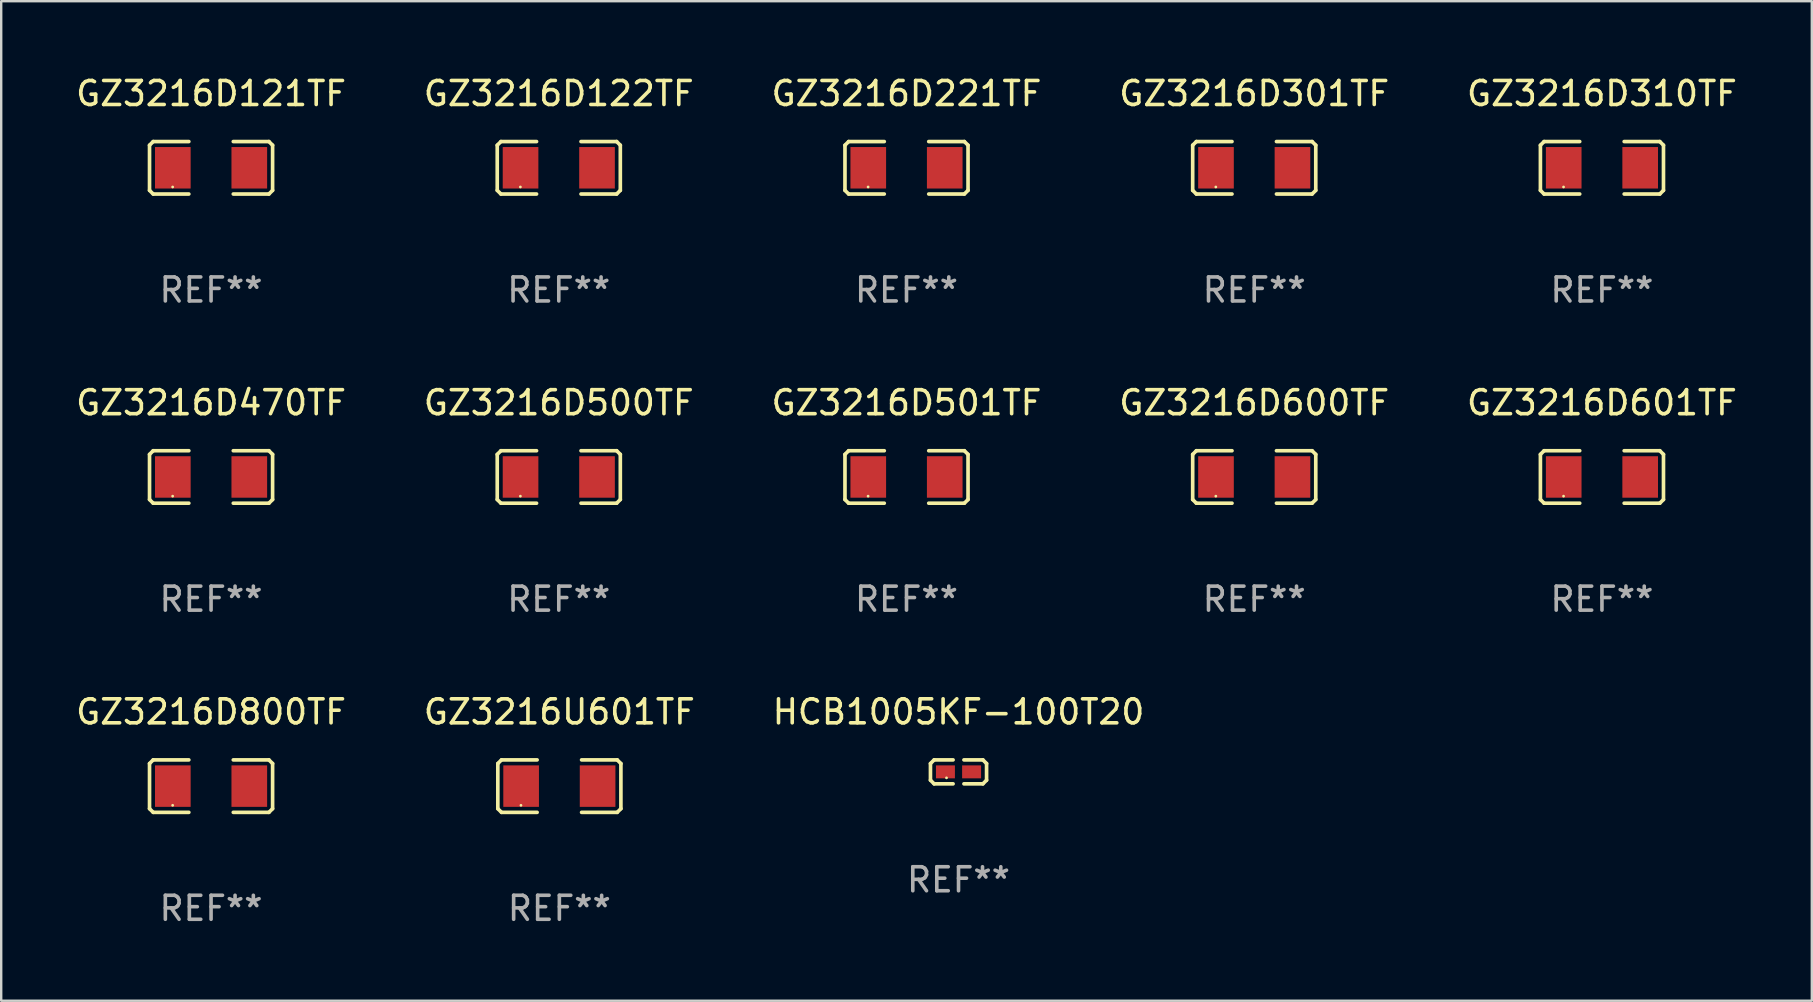
<source format=kicad_pcb>
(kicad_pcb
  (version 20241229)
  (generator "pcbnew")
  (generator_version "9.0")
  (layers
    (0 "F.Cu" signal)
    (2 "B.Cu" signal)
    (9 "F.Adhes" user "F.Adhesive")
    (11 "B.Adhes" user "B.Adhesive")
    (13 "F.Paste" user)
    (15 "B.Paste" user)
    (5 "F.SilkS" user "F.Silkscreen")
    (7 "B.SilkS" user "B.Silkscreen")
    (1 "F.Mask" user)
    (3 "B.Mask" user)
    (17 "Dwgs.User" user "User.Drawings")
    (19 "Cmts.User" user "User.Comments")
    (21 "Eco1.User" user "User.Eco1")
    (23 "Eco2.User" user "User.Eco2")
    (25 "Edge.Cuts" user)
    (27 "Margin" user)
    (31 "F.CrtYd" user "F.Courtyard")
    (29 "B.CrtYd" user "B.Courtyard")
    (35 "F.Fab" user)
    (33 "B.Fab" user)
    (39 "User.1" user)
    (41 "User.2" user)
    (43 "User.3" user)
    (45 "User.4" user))
  (footprint "GZ3216D500TF"
    (layer "F.Cu")
    (at 20.232 16.823)
    (property "Reference" "GZ3216D500TF" (at 0 -3.093 0) (layer "F.SilkS") (effects (font (size 1 1) (thickness 0.15))))
    (attr through_hole)
    (fp_line (start -2.564 -0.94) (end -2.411 -1.093) (stroke (width 0.152) (type solid)) (layer "F.SilkS"))
    (fp_line (start -2.564 0.94) (end -2.564 -0.94) (stroke (width 0.152) (type solid)) (layer "F.SilkS"))
    (fp_line (start -2.411 -1.093) (end -0.926 -1.093) (stroke (width 0.152) (type solid)) (layer "F.SilkS"))
    (fp_line (start -2.411 1.093) (end -2.564 0.94) (stroke (width 0.152) (type solid)) (layer "F.SilkS"))
    (fp_line (start -0.926 1.093) (end -2.411 1.093) (stroke (width 0.152) (type solid)) (layer "F.SilkS"))
    (fp_line (start 0.926 1.093) (end 2.411 1.093) (stroke (width 0.152) (type solid)) (layer "F.SilkS"))
    (fp_line (start 2.411 -1.093) (end 0.926 -1.093) (stroke (width 0.152) (type solid)) (layer "F.SilkS"))
    (fp_line (start 2.411 1.093) (end 2.564 0.94) (stroke (width 0.152) (type solid)) (layer "F.SilkS"))
    (fp_line (start 2.564 -0.94) (end 2.411 -1.093) (stroke (width 0.152) (type solid)) (layer "F.SilkS"))
    (fp_line (start 2.564 0.94) (end 2.564 -0.94) (stroke (width 0.152) (type solid)) (layer "F.SilkS"))
    (fp_circle (center -1.6 0.8) (end -1.57 0.8) (stroke (width 0.06) (type solid)) (fill no) (layer "F.SilkS"))
    (fp_text user "REF**" (at 0 5.093 0) (layer "F.Fab") (effects (font (size 1 1) (thickness 0.15))))
    (pad "1" smd rect (at -1.593 0) (size 1.485 1.728) (layers "F.Cu" "F.Mask" "F.Paste"))
    (pad "2" smd rect (at 1.593 0) (size 1.485 1.728) (layers "F.Cu" "F.Mask" "F.Paste")))
  (footprint "GZ3216D301TF"
    (layer "F.Cu")
    (at 49.208 3.941)
    (property "Reference" "GZ3216D301TF" (at 0 -3.093 0) (layer "F.SilkS") (effects (font (size 1 1) (thickness 0.15))))
    (attr through_hole)
    (fp_line (start -2.564 -0.94) (end -2.411 -1.093) (stroke (width 0.152) (type solid)) (layer "F.SilkS"))
    (fp_line (start -2.564 0.94) (end -2.564 -0.94) (stroke (width 0.152) (type solid)) (layer "F.SilkS"))
    (fp_line (start -2.411 -1.093) (end -0.926 -1.093) (stroke (width 0.152) (type solid)) (layer "F.SilkS"))
    (fp_line (start -2.411 1.093) (end -2.564 0.94) (stroke (width 0.152) (type solid)) (layer "F.SilkS"))
    (fp_line (start -0.926 1.093) (end -2.411 1.093) (stroke (width 0.152) (type solid)) (layer "F.SilkS"))
    (fp_line (start 0.926 1.093) (end 2.411 1.093) (stroke (width 0.152) (type solid)) (layer "F.SilkS"))
    (fp_line (start 2.411 -1.093) (end 0.926 -1.093) (stroke (width 0.152) (type solid)) (layer "F.SilkS"))
    (fp_line (start 2.411 1.093) (end 2.564 0.94) (stroke (width 0.152) (type solid)) (layer "F.SilkS"))
    (fp_line (start 2.564 -0.94) (end 2.411 -1.093) (stroke (width 0.152) (type solid)) (layer "F.SilkS"))
    (fp_line (start 2.564 0.94) (end 2.564 -0.94) (stroke (width 0.152) (type solid)) (layer "F.SilkS"))
    (fp_circle (center -1.6 0.8) (end -1.57 0.8) (stroke (width 0.06) (type solid)) (fill no) (layer "F.SilkS"))
    (fp_text user "REF**" (at 0 5.093 0) (layer "F.Fab") (effects (font (size 1 1) (thickness 0.15))))
    (pad "1" smd rect (at -1.593 0) (size 1.485 1.728) (layers "F.Cu" "F.Mask" "F.Paste"))
    (pad "2" smd rect (at 1.593 0) (size 1.485 1.728) (layers "F.Cu" "F.Mask" "F.Paste")))
  (footprint "GZ3216D122TF"
    (layer "F.Cu")
    (at 20.232 3.941)
    (property "Reference" "GZ3216D122TF" (at 0 -3.093 0) (layer "F.SilkS") (effects (font (size 1 1) (thickness 0.15))))
    (attr through_hole)
    (fp_line (start -2.564 -0.94) (end -2.411 -1.093) (stroke (width 0.152) (type solid)) (layer "F.SilkS"))
    (fp_line (start -2.564 0.94) (end -2.564 -0.94) (stroke (width 0.152) (type solid)) (layer "F.SilkS"))
    (fp_line (start -2.411 -1.093) (end -0.926 -1.093) (stroke (width 0.152) (type solid)) (layer "F.SilkS"))
    (fp_line (start -2.411 1.093) (end -2.564 0.94) (stroke (width 0.152) (type solid)) (layer "F.SilkS"))
    (fp_line (start -0.926 1.093) (end -2.411 1.093) (stroke (width 0.152) (type solid)) (layer "F.SilkS"))
    (fp_line (start 0.926 1.093) (end 2.411 1.093) (stroke (width 0.152) (type solid)) (layer "F.SilkS"))
    (fp_line (start 2.411 -1.093) (end 0.926 -1.093) (stroke (width 0.152) (type solid)) (layer "F.SilkS"))
    (fp_line (start 2.411 1.093) (end 2.564 0.94) (stroke (width 0.152) (type solid)) (layer "F.SilkS"))
    (fp_line (start 2.564 -0.94) (end 2.411 -1.093) (stroke (width 0.152) (type solid)) (layer "F.SilkS"))
    (fp_line (start 2.564 0.94) (end 2.564 -0.94) (stroke (width 0.152) (type solid)) (layer "F.SilkS"))
    (fp_circle (center -1.6 0.8) (end -1.57 0.8) (stroke (width 0.06) (type solid)) (fill no) (layer "F.SilkS"))
    (fp_text user "REF**" (at 0 5.093 0) (layer "F.Fab") (effects (font (size 1 1) (thickness 0.15))))
    (pad "1" smd rect (at -1.593 0) (size 1.485 1.728) (layers "F.Cu" "F.Mask" "F.Paste"))
    (pad "2" smd rect (at 1.593 0) (size 1.485 1.728) (layers "F.Cu" "F.Mask" "F.Paste")))
  (footprint "GZ3216D221TF"
    (layer "F.Cu")
    (at 34.72 3.941)
    (property "Reference" "GZ3216D221TF" (at 0 -3.093 0) (layer "F.SilkS") (effects (font (size 1 1) (thickness 0.15))))
    (attr through_hole)
    (fp_line (start -2.564 -0.94) (end -2.411 -1.093) (stroke (width 0.152) (type solid)) (layer "F.SilkS"))
    (fp_line (start -2.564 0.94) (end -2.564 -0.94) (stroke (width 0.152) (type solid)) (layer "F.SilkS"))
    (fp_line (start -2.411 -1.093) (end -0.926 -1.093) (stroke (width 0.152) (type solid)) (layer "F.SilkS"))
    (fp_line (start -2.411 1.093) (end -2.564 0.94) (stroke (width 0.152) (type solid)) (layer "F.SilkS"))
    (fp_line (start -0.926 1.093) (end -2.411 1.093) (stroke (width 0.152) (type solid)) (layer "F.SilkS"))
    (fp_line (start 0.926 1.093) (end 2.411 1.093) (stroke (width 0.152) (type solid)) (layer "F.SilkS"))
    (fp_line (start 2.411 -1.093) (end 0.926 -1.093) (stroke (width 0.152) (type solid)) (layer "F.SilkS"))
    (fp_line (start 2.411 1.093) (end 2.564 0.94) (stroke (width 0.152) (type solid)) (layer "F.SilkS"))
    (fp_line (start 2.564 -0.94) (end 2.411 -1.093) (stroke (width 0.152) (type solid)) (layer "F.SilkS"))
    (fp_line (start 2.564 0.94) (end 2.564 -0.94) (stroke (width 0.152) (type solid)) (layer "F.SilkS"))
    (fp_circle (center -1.6 0.8) (end -1.57 0.8) (stroke (width 0.06) (type solid)) (fill no) (layer "F.SilkS"))
    (fp_text user "REF**" (at 0 5.093 0) (layer "F.Fab") (effects (font (size 1 1) (thickness 0.15))))
    (pad "1" smd rect (at -1.593 0) (size 1.485 1.728) (layers "F.Cu" "F.Mask" "F.Paste"))
    (pad "2" smd rect (at 1.593 0) (size 1.485 1.728) (layers "F.Cu" "F.Mask" "F.Paste")))
  (footprint "GZ3216D601TF"
    (layer "F.Cu")
    (at 63.696 16.823)
    (property "Reference" "GZ3216D601TF" (at 0 -3.093 0) (layer "F.SilkS") (effects (font (size 1 1) (thickness 0.15))))
    (attr through_hole)
    (fp_line (start -2.564 -0.94) (end -2.411 -1.093) (stroke (width 0.152) (type solid)) (layer "F.SilkS"))
    (fp_line (start -2.564 0.94) (end -2.564 -0.94) (stroke (width 0.152) (type solid)) (layer "F.SilkS"))
    (fp_line (start -2.411 -1.093) (end -0.926 -1.093) (stroke (width 0.152) (type solid)) (layer "F.SilkS"))
    (fp_line (start -2.411 1.093) (end -2.564 0.94) (stroke (width 0.152) (type solid)) (layer "F.SilkS"))
    (fp_line (start -0.926 1.093) (end -2.411 1.093) (stroke (width 0.152) (type solid)) (layer "F.SilkS"))
    (fp_line (start 0.926 1.093) (end 2.411 1.093) (stroke (width 0.152) (type solid)) (layer "F.SilkS"))
    (fp_line (start 2.411 -1.093) (end 0.926 -1.093) (stroke (width 0.152) (type solid)) (layer "F.SilkS"))
    (fp_line (start 2.411 1.093) (end 2.564 0.94) (stroke (width 0.152) (type solid)) (layer "F.SilkS"))
    (fp_line (start 2.564 -0.94) (end 2.411 -1.093) (stroke (width 0.152) (type solid)) (layer "F.SilkS"))
    (fp_line (start 2.564 0.94) (end 2.564 -0.94) (stroke (width 0.152) (type solid)) (layer "F.SilkS"))
    (fp_circle (center -1.6 0.8) (end -1.57 0.8) (stroke (width 0.06) (type solid)) (fill no) (layer "F.SilkS"))
    (fp_text user "REF**" (at 0 5.093 0) (layer "F.Fab") (effects (font (size 1 1) (thickness 0.15))))
    (pad "1" smd rect (at -1.593 0) (size 1.485 1.728) (layers "F.Cu" "F.Mask" "F.Paste"))
    (pad "2" smd rect (at 1.593 0) (size 1.485 1.728) (layers "F.Cu" "F.Mask" "F.Paste")))
  (footprint "GZ3216D470TF"
    (layer "F.Cu")
    (at 5.744 16.823)
    (property "Reference" "GZ3216D470TF" (at 0 -3.093 0) (layer "F.SilkS") (effects (font (size 1 1) (thickness 0.15))))
    (attr through_hole)
    (fp_line (start -2.564 -0.94) (end -2.411 -1.093) (stroke (width 0.152) (type solid)) (layer "F.SilkS"))
    (fp_line (start -2.564 0.94) (end -2.564 -0.94) (stroke (width 0.152) (type solid)) (layer "F.SilkS"))
    (fp_line (start -2.411 -1.093) (end -0.926 -1.093) (stroke (width 0.152) (type solid)) (layer "F.SilkS"))
    (fp_line (start -2.411 1.093) (end -2.564 0.94) (stroke (width 0.152) (type solid)) (layer "F.SilkS"))
    (fp_line (start -0.926 1.093) (end -2.411 1.093) (stroke (width 0.152) (type solid)) (layer "F.SilkS"))
    (fp_line (start 0.926 1.093) (end 2.411 1.093) (stroke (width 0.152) (type solid)) (layer "F.SilkS"))
    (fp_line (start 2.411 -1.093) (end 0.926 -1.093) (stroke (width 0.152) (type solid)) (layer "F.SilkS"))
    (fp_line (start 2.411 1.093) (end 2.564 0.94) (stroke (width 0.152) (type solid)) (layer "F.SilkS"))
    (fp_line (start 2.564 -0.94) (end 2.411 -1.093) (stroke (width 0.152) (type solid)) (layer "F.SilkS"))
    (fp_line (start 2.564 0.94) (end 2.564 -0.94) (stroke (width 0.152) (type solid)) (layer "F.SilkS"))
    (fp_circle (center -1.6 0.8) (end -1.57 0.8) (stroke (width 0.06) (type solid)) (fill no) (layer "F.SilkS"))
    (fp_text user "REF**" (at 0 5.093 0) (layer "F.Fab") (effects (font (size 1 1) (thickness 0.15))))
    (pad "1" smd rect (at -1.593 0) (size 1.485 1.728) (layers "F.Cu" "F.Mask" "F.Paste"))
    (pad "2" smd rect (at 1.593 0) (size 1.485 1.728) (layers "F.Cu" "F.Mask" "F.Paste")))
  (footprint "GZ3216D310TF"
    (layer "F.Cu")
    (at 63.696 3.941)
    (property "Reference" "GZ3216D310TF" (at 0 -3.093 0) (layer "F.SilkS") (effects (font (size 1 1) (thickness 0.15))))
    (attr through_hole)
    (fp_line (start -2.564 -0.94) (end -2.411 -1.093) (stroke (width 0.152) (type solid)) (layer "F.SilkS"))
    (fp_line (start -2.564 0.94) (end -2.564 -0.94) (stroke (width 0.152) (type solid)) (layer "F.SilkS"))
    (fp_line (start -2.411 -1.093) (end -0.926 -1.093) (stroke (width 0.152) (type solid)) (layer "F.SilkS"))
    (fp_line (start -2.411 1.093) (end -2.564 0.94) (stroke (width 0.152) (type solid)) (layer "F.SilkS"))
    (fp_line (start -0.926 1.093) (end -2.411 1.093) (stroke (width 0.152) (type solid)) (layer "F.SilkS"))
    (fp_line (start 0.926 1.093) (end 2.411 1.093) (stroke (width 0.152) (type solid)) (layer "F.SilkS"))
    (fp_line (start 2.411 -1.093) (end 0.926 -1.093) (stroke (width 0.152) (type solid)) (layer "F.SilkS"))
    (fp_line (start 2.411 1.093) (end 2.564 0.94) (stroke (width 0.152) (type solid)) (layer "F.SilkS"))
    (fp_line (start 2.564 -0.94) (end 2.411 -1.093) (stroke (width 0.152) (type solid)) (layer "F.SilkS"))
    (fp_line (start 2.564 0.94) (end 2.564 -0.94) (stroke (width 0.152) (type solid)) (layer "F.SilkS"))
    (fp_circle (center -1.6 0.8) (end -1.57 0.8) (stroke (width 0.06) (type solid)) (fill no) (layer "F.SilkS"))
    (fp_text user "REF**" (at 0 5.093 0) (layer "F.Fab") (effects (font (size 1 1) (thickness 0.15))))
    (pad "1" smd rect (at -1.593 0) (size 1.485 1.728) (layers "F.Cu" "F.Mask" "F.Paste"))
    (pad "2" smd rect (at 1.593 0) (size 1.485 1.728) (layers "F.Cu" "F.Mask" "F.Paste")))
  (footprint "GZ3216D121TF"
    (layer "F.Cu")
    (at 5.744 3.941)
    (property "Reference" "GZ3216D121TF" (at 0 -3.093 0) (layer "F.SilkS") (effects (font (size 1 1) (thickness 0.15))))
    (attr through_hole)
    (fp_line (start -2.564 -0.94) (end -2.411 -1.093) (stroke (width 0.152) (type solid)) (layer "F.SilkS"))
    (fp_line (start -2.564 0.94) (end -2.564 -0.94) (stroke (width 0.152) (type solid)) (layer "F.SilkS"))
    (fp_line (start -2.411 -1.093) (end -0.926 -1.093) (stroke (width 0.152) (type solid)) (layer "F.SilkS"))
    (fp_line (start -2.411 1.093) (end -2.564 0.94) (stroke (width 0.152) (type solid)) (layer "F.SilkS"))
    (fp_line (start -0.926 1.093) (end -2.411 1.093) (stroke (width 0.152) (type solid)) (layer "F.SilkS"))
    (fp_line (start 0.926 1.093) (end 2.411 1.093) (stroke (width 0.152) (type solid)) (layer "F.SilkS"))
    (fp_line (start 2.411 -1.093) (end 0.926 -1.093) (stroke (width 0.152) (type solid)) (layer "F.SilkS"))
    (fp_line (start 2.411 1.093) (end 2.564 0.94) (stroke (width 0.152) (type solid)) (layer "F.SilkS"))
    (fp_line (start 2.564 -0.94) (end 2.411 -1.093) (stroke (width 0.152) (type solid)) (layer "F.SilkS"))
    (fp_line (start 2.564 0.94) (end 2.564 -0.94) (stroke (width 0.152) (type solid)) (layer "F.SilkS"))
    (fp_circle (center -1.6 0.8) (end -1.57 0.8) (stroke (width 0.06) (type solid)) (fill no) (layer "F.SilkS"))
    (fp_text user "REF**" (at 0 5.093 0) (layer "F.Fab") (effects (font (size 1 1) (thickness 0.15))))
    (pad "1" smd rect (at -1.593 0) (size 1.485 1.728) (layers "F.Cu" "F.Mask" "F.Paste"))
    (pad "2" smd rect (at 1.593 0) (size 1.485 1.728) (layers "F.Cu" "F.Mask" "F.Paste")))
  (footprint "GZ3216D501TF"
    (layer "F.Cu")
    (at 34.72 16.823)
    (property "Reference" "GZ3216D501TF" (at 0 -3.093 0) (layer "F.SilkS") (effects (font (size 1 1) (thickness 0.15))))
    (attr through_hole)
    (fp_line (start -2.564 -0.94) (end -2.411 -1.093) (stroke (width 0.152) (type solid)) (layer "F.SilkS"))
    (fp_line (start -2.564 0.94) (end -2.564 -0.94) (stroke (width 0.152) (type solid)) (layer "F.SilkS"))
    (fp_line (start -2.411 -1.093) (end -0.926 -1.093) (stroke (width 0.152) (type solid)) (layer "F.SilkS"))
    (fp_line (start -2.411 1.093) (end -2.564 0.94) (stroke (width 0.152) (type solid)) (layer "F.SilkS"))
    (fp_line (start -0.926 1.093) (end -2.411 1.093) (stroke (width 0.152) (type solid)) (layer "F.SilkS"))
    (fp_line (start 0.926 1.093) (end 2.411 1.093) (stroke (width 0.152) (type solid)) (layer "F.SilkS"))
    (fp_line (start 2.411 -1.093) (end 0.926 -1.093) (stroke (width 0.152) (type solid)) (layer "F.SilkS"))
    (fp_line (start 2.411 1.093) (end 2.564 0.94) (stroke (width 0.152) (type solid)) (layer "F.SilkS"))
    (fp_line (start 2.564 -0.94) (end 2.411 -1.093) (stroke (width 0.152) (type solid)) (layer "F.SilkS"))
    (fp_line (start 2.564 0.94) (end 2.564 -0.94) (stroke (width 0.152) (type solid)) (layer "F.SilkS"))
    (fp_circle (center -1.6 0.8) (end -1.57 0.8) (stroke (width 0.06) (type solid)) (fill no) (layer "F.SilkS"))
    (fp_text user "REF**" (at 0 5.093 0) (layer "F.Fab") (effects (font (size 1 1) (thickness 0.15))))
    (pad "1" smd rect (at -1.593 0) (size 1.485 1.728) (layers "F.Cu" "F.Mask" "F.Paste"))
    (pad "2" smd rect (at 1.593 0) (size 1.485 1.728) (layers "F.Cu" "F.Mask" "F.Paste")))
  (footprint "GZ3216D600TF"
    (layer "F.Cu")
    (at 49.208 16.823)
    (property "Reference" "GZ3216D600TF" (at 0 -3.093 0) (layer "F.SilkS") (effects (font (size 1 1) (thickness 0.15))))
    (attr through_hole)
    (fp_line (start -2.564 -0.94) (end -2.411 -1.093) (stroke (width 0.152) (type solid)) (layer "F.SilkS"))
    (fp_line (start -2.564 0.94) (end -2.564 -0.94) (stroke (width 0.152) (type solid)) (layer "F.SilkS"))
    (fp_line (start -2.411 -1.093) (end -0.926 -1.093) (stroke (width 0.152) (type solid)) (layer "F.SilkS"))
    (fp_line (start -2.411 1.093) (end -2.564 0.94) (stroke (width 0.152) (type solid)) (layer "F.SilkS"))
    (fp_line (start -0.926 1.093) (end -2.411 1.093) (stroke (width 0.152) (type solid)) (layer "F.SilkS"))
    (fp_line (start 0.926 1.093) (end 2.411 1.093) (stroke (width 0.152) (type solid)) (layer "F.SilkS"))
    (fp_line (start 2.411 -1.093) (end 0.926 -1.093) (stroke (width 0.152) (type solid)) (layer "F.SilkS"))
    (fp_line (start 2.411 1.093) (end 2.564 0.94) (stroke (width 0.152) (type solid)) (layer "F.SilkS"))
    (fp_line (start 2.564 -0.94) (end 2.411 -1.093) (stroke (width 0.152) (type solid)) (layer "F.SilkS"))
    (fp_line (start 2.564 0.94) (end 2.564 -0.94) (stroke (width 0.152) (type solid)) (layer "F.SilkS"))
    (fp_circle (center -1.6 0.8) (end -1.57 0.8) (stroke (width 0.06) (type solid)) (fill no) (layer "F.SilkS"))
    (fp_text user "REF**" (at 0 5.093 0) (layer "F.Fab") (effects (font (size 1 1) (thickness 0.15))))
    (pad "1" smd rect (at -1.593 0) (size 1.485 1.728) (layers "F.Cu" "F.Mask" "F.Paste"))
    (pad "2" smd rect (at 1.593 0) (size 1.485 1.728) (layers "F.Cu" "F.Mask" "F.Paste")))
  (footprint "HCB1005KF-100T20"
    (layer "F.Cu")
    (at 36.887 29.11)
    (property "Reference" "HCB1005KF-100T20" (at 0 -2.499 0) (layer "F.SilkS") (effects (font (size 1 1) (thickness 0.15))))
    (attr through_hole)
    (fp_line (start -1.169 -0.346) (end -1.016 -0.499) (stroke (width 0.152) (type solid)) (layer "F.SilkS"))
    (fp_line (start -1.169 0.346) (end -1.169 -0.346) (stroke (width 0.152) (type solid)) (layer "F.SilkS"))
    (fp_line (start -1.016 -0.499) (end -0.226 -0.499) (stroke (width 0.152) (type solid)) (layer "F.SilkS"))
    (fp_line (start -1.016 0.499) (end -1.169 0.346) (stroke (width 0.152) (type solid)) (layer "F.SilkS"))
    (fp_line (start -0.226 0.499) (end -1.016 0.499) (stroke (width 0.152) (type solid)) (layer "F.SilkS"))
    (fp_line (start 0.226 0.499) (end 1.016 0.499) (stroke (width 0.152) (type solid)) (layer "F.SilkS"))
    (fp_line (start 1.016 -0.499) (end 0.226 -0.499) (stroke (width 0.152) (type solid)) (layer "F.SilkS"))
    (fp_line (start 1.016 0.499) (end 1.169 0.346) (stroke (width 0.152) (type solid)) (layer "F.SilkS"))
    (fp_line (start 1.169 -0.346) (end 1.016 -0.499) (stroke (width 0.152) (type solid)) (layer "F.SilkS"))
    (fp_line (start 1.169 0.346) (end 1.169 -0.346) (stroke (width 0.152) (type solid)) (layer "F.SilkS"))
    (fp_circle (center -0.5 0.25) (end -0.47 0.25) (stroke (width 0.06) (type solid)) (fill no) (layer "F.SilkS"))
    (fp_text user "REF**" (at 0 4.499 0) (layer "F.Fab") (effects (font (size 1 1) (thickness 0.15))))
    (pad "1" smd rect (at -0.545 0) (size 0.79 0.54) (layers "F.Cu" "F.Mask" "F.Paste"))
    (pad "2" smd rect (at 0.545 0) (size 0.79 0.54) (layers "F.Cu" "F.Mask" "F.Paste")))
  (footprint "GZ3216D800TF"
    (layer "F.Cu")
    (at 5.744 29.704)
    (property "Reference" "GZ3216D800TF" (at 0 -3.093 0) (layer "F.SilkS") (effects (font (size 1 1) (thickness 0.15))))
    (attr through_hole)
    (fp_line (start -2.564 -0.94) (end -2.411 -1.093) (stroke (width 0.152) (type solid)) (layer "F.SilkS"))
    (fp_line (start -2.564 0.94) (end -2.564 -0.94) (stroke (width 0.152) (type solid)) (layer "F.SilkS"))
    (fp_line (start -2.411 -1.093) (end -0.926 -1.093) (stroke (width 0.152) (type solid)) (layer "F.SilkS"))
    (fp_line (start -2.411 1.093) (end -2.564 0.94) (stroke (width 0.152) (type solid)) (layer "F.SilkS"))
    (fp_line (start -0.926 1.093) (end -2.411 1.093) (stroke (width 0.152) (type solid)) (layer "F.SilkS"))
    (fp_line (start 0.926 1.093) (end 2.411 1.093) (stroke (width 0.152) (type solid)) (layer "F.SilkS"))
    (fp_line (start 2.411 -1.093) (end 0.926 -1.093) (stroke (width 0.152) (type solid)) (layer "F.SilkS"))
    (fp_line (start 2.411 1.093) (end 2.564 0.94) (stroke (width 0.152) (type solid)) (layer "F.SilkS"))
    (fp_line (start 2.564 -0.94) (end 2.411 -1.093) (stroke (width 0.152) (type solid)) (layer "F.SilkS"))
    (fp_line (start 2.564 0.94) (end 2.564 -0.94) (stroke (width 0.152) (type solid)) (layer "F.SilkS"))
    (fp_circle (center -1.6 0.8) (end -1.57 0.8) (stroke (width 0.06) (type solid)) (fill no) (layer "F.SilkS"))
    (fp_text user "REF**" (at 0 5.093 0) (layer "F.Fab") (effects (font (size 1 1) (thickness 0.15))))
    (pad "1" smd rect (at -1.593 0) (size 1.485 1.728) (layers "F.Cu" "F.Mask" "F.Paste"))
    (pad "2" smd rect (at 1.593 0) (size 1.485 1.728) (layers "F.Cu" "F.Mask" "F.Paste")))
  (footprint "GZ3216U601TF"
    (layer "F.Cu")
    (at 20.256 29.704)
    (property "Reference" "GZ3216U601TF" (at 0 -3.093 0) (layer "F.SilkS") (effects (font (size 1 1) (thickness 0.15))))
    (attr through_hole)
    (fp_line (start -2.564 -0.94) (end -2.411 -1.093) (stroke (width 0.152) (type solid)) (layer "F.SilkS"))
    (fp_line (start -2.564 0.94) (end -2.564 -0.94) (stroke (width 0.152) (type solid)) (layer "F.SilkS"))
    (fp_line (start -2.411 -1.093) (end -0.926 -1.093) (stroke (width 0.152) (type solid)) (layer "F.SilkS"))
    (fp_line (start -2.411 1.093) (end -2.564 0.94) (stroke (width 0.152) (type solid)) (layer "F.SilkS"))
    (fp_line (start -0.926 1.093) (end -2.411 1.093) (stroke (width 0.152) (type solid)) (layer "F.SilkS"))
    (fp_line (start 0.926 1.093) (end 2.411 1.093) (stroke (width 0.152) (type solid)) (layer "F.SilkS"))
    (fp_line (start 2.411 -1.093) (end 0.926 -1.093) (stroke (width 0.152) (type solid)) (layer "F.SilkS"))
    (fp_line (start 2.411 1.093) (end 2.564 0.94) (stroke (width 0.152) (type solid)) (layer "F.SilkS"))
    (fp_line (start 2.564 -0.94) (end 2.411 -1.093) (stroke (width 0.152) (type solid)) (layer "F.SilkS"))
    (fp_line (start 2.564 0.94) (end 2.564 -0.94) (stroke (width 0.152) (type solid)) (layer "F.SilkS"))
    (fp_circle (center -1.6 0.8) (end -1.57 0.8) (stroke (width 0.06) (type solid)) (fill no) (layer "F.SilkS"))
    (fp_text user "REF**" (at 0 5.093 0) (layer "F.Fab") (effects (font (size 1 1) (thickness 0.15))))
    (pad "1" smd rect (at -1.593 0) (size 1.485 1.728) (layers "F.Cu" "F.Mask" "F.Paste"))
    (pad "2" smd rect (at 1.593 0) (size 1.485 1.728) (layers "F.Cu" "F.Mask" "F.Paste")))
  (gr_rect
    (start -3 -3)
    (end 72.44 38.645)
    (stroke (width 0.1) (type default))
    (fill no)
    (layer "Edge.Cuts")))
</source>
